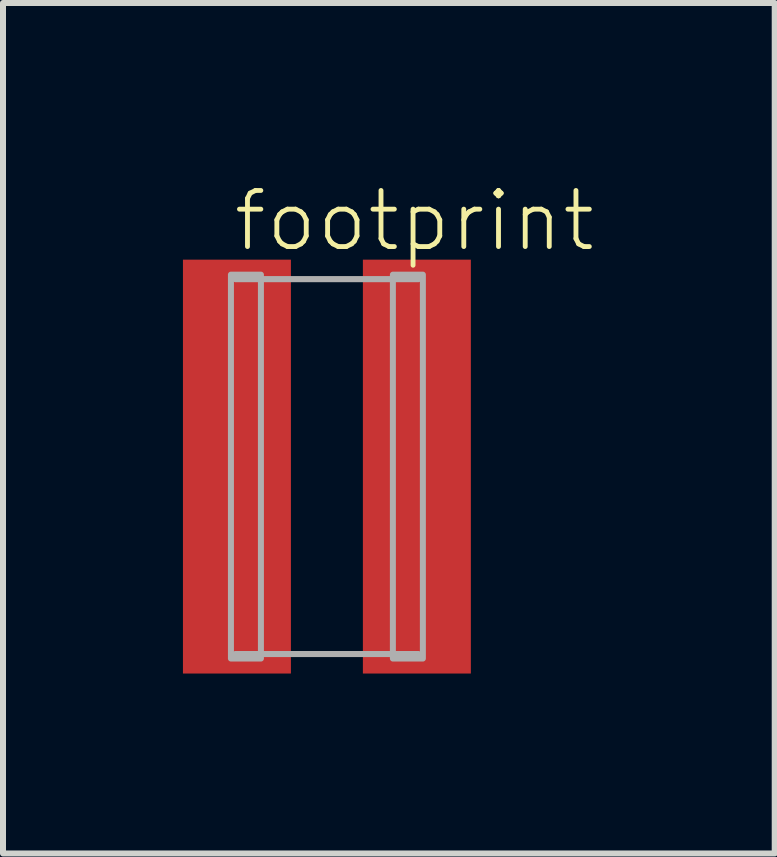
<source format=kicad_pcb>
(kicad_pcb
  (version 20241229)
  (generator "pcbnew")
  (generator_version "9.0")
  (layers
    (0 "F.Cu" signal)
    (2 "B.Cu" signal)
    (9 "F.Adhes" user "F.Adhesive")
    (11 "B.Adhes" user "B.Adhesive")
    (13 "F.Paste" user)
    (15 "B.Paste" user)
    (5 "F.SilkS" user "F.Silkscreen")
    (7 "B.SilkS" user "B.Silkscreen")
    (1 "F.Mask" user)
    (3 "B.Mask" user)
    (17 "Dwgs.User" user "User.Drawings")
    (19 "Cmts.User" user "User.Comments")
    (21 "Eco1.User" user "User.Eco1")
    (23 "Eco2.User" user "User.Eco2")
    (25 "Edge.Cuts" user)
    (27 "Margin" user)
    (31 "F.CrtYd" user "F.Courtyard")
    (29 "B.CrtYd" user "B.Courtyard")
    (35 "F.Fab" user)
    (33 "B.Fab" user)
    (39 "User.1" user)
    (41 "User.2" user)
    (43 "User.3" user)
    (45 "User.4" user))
  (footprint "footprint"
    (layer "F.Cu")
    (at 2.4 4.729)
    (property "Reference" "footprint" (at -1.6 -3.55 0) (layer "F.SilkS") (effects (font (size 0.935 0.935) (thickness 0.081)) (justify left bottom)))
    (fp_line (start -1.525 -3.125) (end 1.525 -3.125) (stroke (width 0.102) (type solid)) (layer "F.Fab"))
    (fp_line (start 1.525 3.125) (end -1.525 3.125) (stroke (width 0.102) (type solid)) (layer "F.Fab"))
    (fp_poly (pts (xy -1.6 3.2) (xy -1.1 3.2) (xy -1.1 -3.2) (xy -1.6 -3.2)) (stroke (width 0.1) (type solid)) (fill no) (layer "F.Fab"))
    (fp_poly (pts (xy 1.1 3.2) (xy 1.6 3.2) (xy 1.6 -3.2) (xy 1.1 -3.2)) (stroke (width 0.1) (type solid)) (fill no) (layer "F.Fab"))
    (pad "1" smd rect (at -1.5 0) (size 1.8 6.9) (layers "F.Cu" "F.Mask" "F.Paste"))
    (pad "2" smd rect (at 1.5 0) (size 1.8 6.9) (layers "F.Cu" "F.Mask" "F.Paste")))
  (gr_rect
    (start -3 -3)
    (end 9.866 11.179)
    (stroke (width 0.1) (type default))
    (fill no)
    (layer "Edge.Cuts")))
</source>
